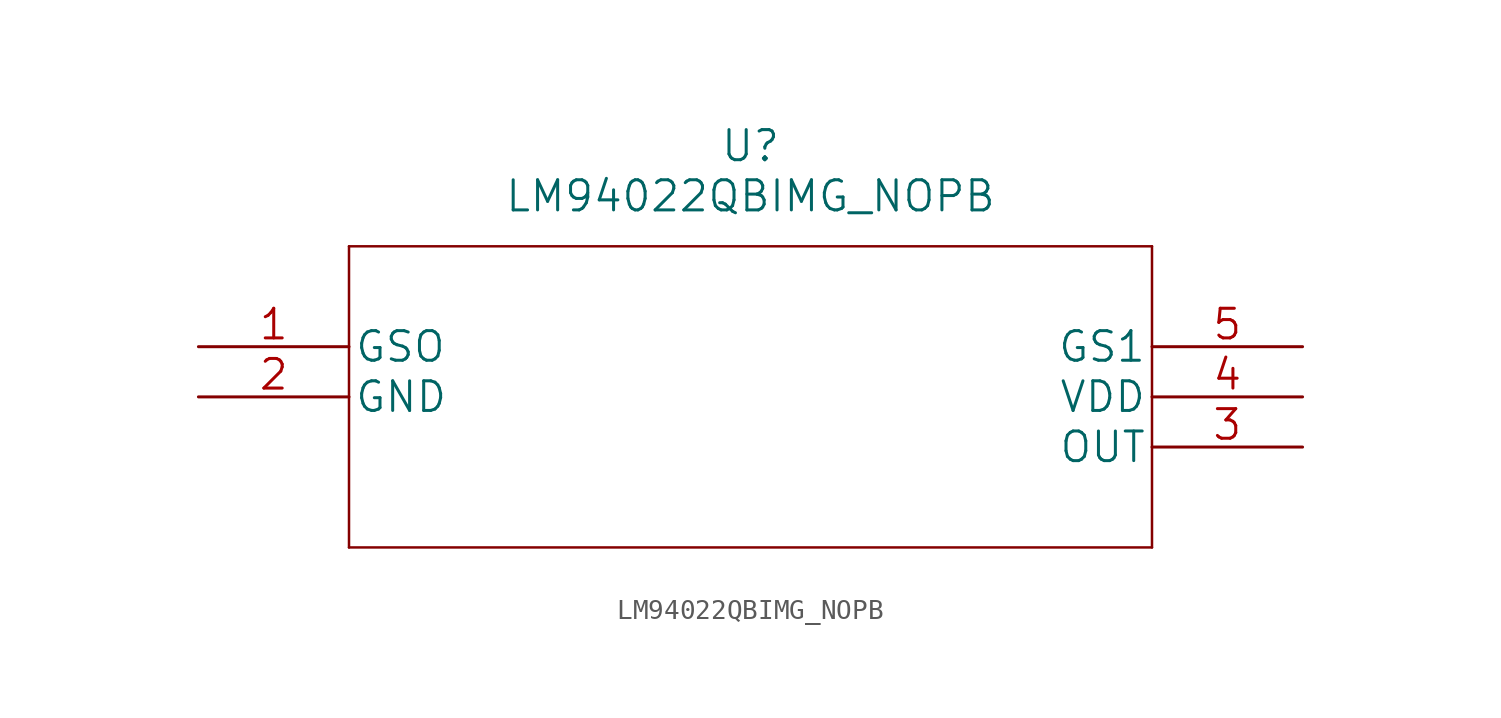
<source format=kicad_sym>
(kicad_symbol_lib
  (version 20201005)
  (generator kicad_symbol_editor)
  (symbol "LM94022QBIMG_NOPB"
    (pin_names
      (offset 0.254))
    (property "Reference" "U"
      (at 27.94 10.16 0)
      (effects (font (size 1.524 1.524))))
    (property "Value" "LM94022QBIMG_NOPB"
      (at 27.94 7.62 0)
      (effects (font (size 1.524 1.524))))
    (property "Datasheet" ""
      (at 0 0 0)
      (effects (font (size 1.524 1.524))))
    (property "ki_locked" ""
      (at 0 0 0)
      (effects (font (size 1.27 1.27))))
    (symbol "LM94022QBIMG_NOPB_1_1"
      (polyline (pts (xy 7.62 -10.16) (xy 48.26 -10.16)) (stroke (width 0.127)) (fill (type none)))
      (polyline (pts (xy 7.62 5.08) (xy 7.62 -10.16)) (stroke (width 0.127)) (fill (type none)))
      (polyline (pts (xy 48.26 -10.16) (xy 48.26 5.08)) (stroke (width 0.127)) (fill (type none)))
      (polyline (pts (xy 48.26 5.08) (xy 7.62 5.08)) (stroke (width 0.127)) (fill (type none)))
      (pin input line (at 0 0 0) (length 7.62) (name "GSO" (effects (font (size 1.499 1.499)))) (number "1" (effects (font (size 1.499 1.499)))))
      (pin power_in line (at 0 -2.54 0) (length 7.62) (name "GND" (effects (font (size 1.499 1.499)))) (number "2" (effects (font (size 1.499 1.499)))))
      (pin output line (at 55.88 -5.08 180) (length 7.62) (name "OUT" (effects (font (size 1.499 1.499)))) (number "3" (effects (font (size 1.499 1.499)))))
      (pin power_in line (at 55.88 -2.54 180) (length 7.62) (name "VDD" (effects (font (size 1.499 1.499)))) (number "4" (effects (font (size 1.499 1.499)))))
      (pin input line (at 55.88 0 180) (length 7.62) (name "GS1" (effects (font (size 1.499 1.499)))) (number "5" (effects (font (size 1.499 1.499))))))))
</source>
